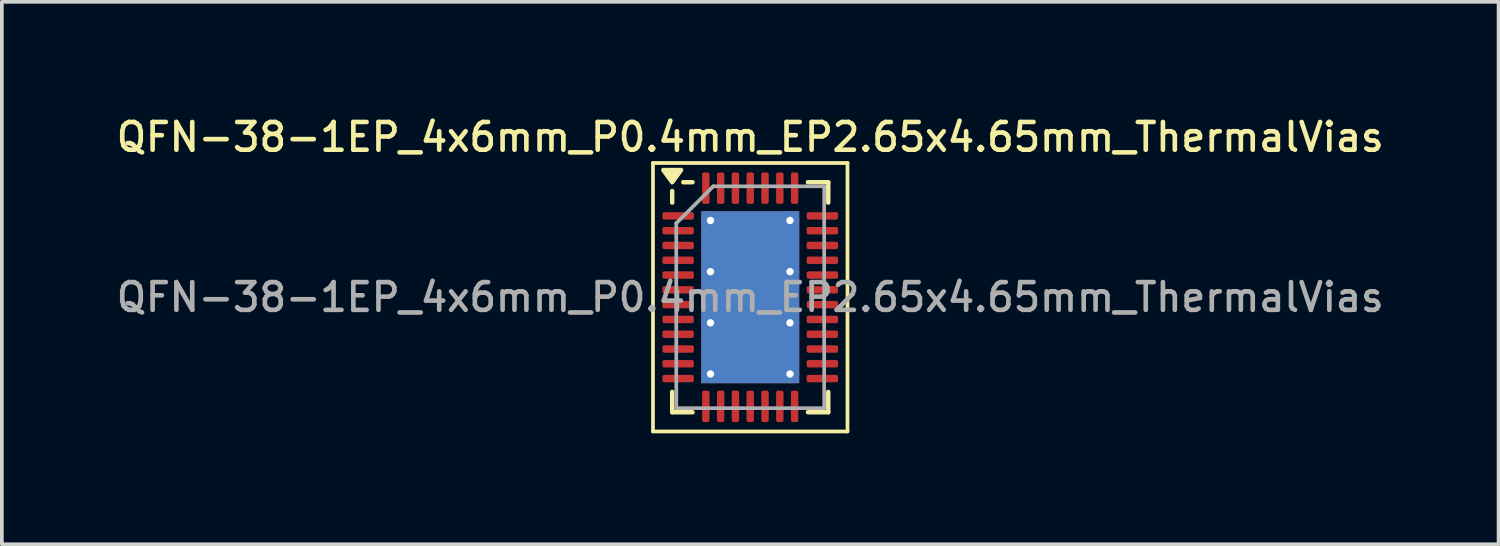
<source format=kicad_pcb>
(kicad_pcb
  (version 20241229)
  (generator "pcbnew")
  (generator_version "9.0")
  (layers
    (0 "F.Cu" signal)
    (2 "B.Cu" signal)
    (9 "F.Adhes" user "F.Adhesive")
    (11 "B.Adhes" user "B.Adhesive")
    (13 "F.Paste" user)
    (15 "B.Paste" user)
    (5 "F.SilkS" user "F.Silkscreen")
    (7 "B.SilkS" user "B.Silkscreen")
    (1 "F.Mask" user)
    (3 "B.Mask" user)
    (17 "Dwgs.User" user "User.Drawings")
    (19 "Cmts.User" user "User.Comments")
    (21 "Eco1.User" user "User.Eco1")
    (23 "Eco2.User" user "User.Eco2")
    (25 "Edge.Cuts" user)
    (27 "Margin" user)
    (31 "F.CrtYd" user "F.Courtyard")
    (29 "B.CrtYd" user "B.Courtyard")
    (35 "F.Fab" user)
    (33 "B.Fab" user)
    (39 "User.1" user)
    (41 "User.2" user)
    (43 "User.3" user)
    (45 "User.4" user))
  (footprint "QFN-38-1EP_4x6mm_P0.4mm_EP2.65x4.65mm_ThermalVias"
    (layer "F.Cu")
    (at 17.238 4.988)
    (property "Reference" "QFN-38-1EP_4x6mm_P0.4mm_EP2.65x4.65mm_ThermalVias" (at 0 -4.33 0) (layer "F.SilkS") (effects (font (size 0.75 0.75) (thickness 0.125))))
    (attr smd)
    (fp_line (start -2.63 -3.63) (end -2.63 3.63) (stroke (width 0.1) (type solid)) (layer "F.SilkS"))
    (fp_line (start -2.63 3.63) (end 2.63 3.63) (stroke (width 0.1) (type solid)) (layer "F.SilkS"))
    (fp_line (start -2.11 -2.56) (end -2.11 -2.87) (stroke (width 0.12) (type solid)) (layer "F.SilkS"))
    (fp_line (start -2.11 3.11) (end -2.11 2.56) (stroke (width 0.12) (type solid)) (layer "F.SilkS"))
    (fp_line (start -1.56 -3.11) (end -1.81 -3.11) (stroke (width 0.12) (type solid)) (layer "F.SilkS"))
    (fp_line (start -1.56 3.11) (end -2.11 3.11) (stroke (width 0.12) (type solid)) (layer "F.SilkS"))
    (fp_line (start 1.56 -3.11) (end 2.11 -3.11) (stroke (width 0.12) (type solid)) (layer "F.SilkS"))
    (fp_line (start 1.56 3.11) (end 2.11 3.11) (stroke (width 0.12) (type solid)) (layer "F.SilkS"))
    (fp_line (start 2.11 -3.11) (end 2.11 -2.56) (stroke (width 0.12) (type solid)) (layer "F.SilkS"))
    (fp_line (start 2.11 3.11) (end 2.11 2.56) (stroke (width 0.12) (type solid)) (layer "F.SilkS"))
    (fp_line (start 2.63 -3.63) (end -2.63 -3.63) (stroke (width 0.1) (type solid)) (layer "F.SilkS"))
    (fp_line (start 2.63 3.63) (end 2.63 -3.63) (stroke (width 0.1) (type solid)) (layer "F.SilkS"))
    (fp_poly (pts (xy -2.11 -3.11) (xy -2.35 -3.44) (xy -1.87 -3.44) (xy -2.11 -3.11)) (stroke (width 0.12) (type solid)) (fill yes) (layer "F.SilkS"))
    (fp_line (start -2 -2) (end -1 -3) (stroke (width 0.1) (type solid)) (layer "F.Fab"))
    (fp_line (start -2 3) (end -2 -2) (stroke (width 0.1) (type solid)) (layer "F.Fab"))
    (fp_line (start -1 -3) (end 2 -3) (stroke (width 0.1) (type solid)) (layer "F.Fab"))
    (fp_line (start 2 -3) (end 2 3) (stroke (width 0.1) (type solid)) (layer "F.Fab"))
    (fp_line (start 2 3) (end -2 3) (stroke (width 0.1) (type solid)) (layer "F.Fab"))
    (fp_text user "${REFERENCE}" (at 0 0 0) (layer "F.Fab") (effects (font (size 0.75 0.75) (thickness 0.125))))
    (pad "" smd roundrect (at -0.66 -1.74) (size 1.15 1.01) (layers "F.Paste") (roundrect_rratio 0.248))
    (pad "" smd roundrect (at -0.66 -0.58) (size 1.15 1.01) (layers "F.Paste") (roundrect_rratio 0.248))
    (pad "" smd roundrect (at -0.66 0.58) (size 1.15 1.01) (layers "F.Paste") (roundrect_rratio 0.248))
    (pad "" smd roundrect (at -0.66 1.74) (size 1.15 1.01) (layers "F.Paste") (roundrect_rratio 0.248))
    (pad "" smd roundrect (at 0.66 -1.74) (size 1.15 1.01) (layers "F.Paste") (roundrect_rratio 0.248))
    (pad "" smd roundrect (at 0.66 -0.58) (size 1.15 1.01) (layers "F.Paste") (roundrect_rratio 0.248))
    (pad "" smd roundrect (at 0.66 0.58) (size 1.15 1.01) (layers "F.Paste") (roundrect_rratio 0.248))
    (pad "" smd roundrect (at 0.66 1.74) (size 1.15 1.01) (layers "F.Paste") (roundrect_rratio 0.248))
    (pad "1" smd roundrect (at -1.95 -2.2) (size 0.85 0.2) (layers "F.Cu" "F.Mask" "F.Paste") (roundrect_rratio 0.25))
    (pad "2" smd roundrect (at -1.95 -1.8) (size 0.85 0.2) (layers "F.Cu" "F.Mask" "F.Paste") (roundrect_rratio 0.25))
    (pad "3" smd roundrect (at -1.95 -1.4) (size 0.85 0.2) (layers "F.Cu" "F.Mask" "F.Paste") (roundrect_rratio 0.25))
    (pad "4" smd roundrect (at -1.95 -1) (size 0.85 0.2) (layers "F.Cu" "F.Mask" "F.Paste") (roundrect_rratio 0.25))
    (pad "5" smd roundrect (at -1.95 -0.6) (size 0.85 0.2) (layers "F.Cu" "F.Mask" "F.Paste") (roundrect_rratio 0.25))
    (pad "6" smd roundrect (at -1.95 -0.2) (size 0.85 0.2) (layers "F.Cu" "F.Mask" "F.Paste") (roundrect_rratio 0.25))
    (pad "7" smd roundrect (at -1.95 0.2) (size 0.85 0.2) (layers "F.Cu" "F.Mask" "F.Paste") (roundrect_rratio 0.25))
    (pad "8" smd roundrect (at -1.95 0.6) (size 0.85 0.2) (layers "F.Cu" "F.Mask" "F.Paste") (roundrect_rratio 0.25))
    (pad "9" smd roundrect (at -1.95 1) (size 0.85 0.2) (layers "F.Cu" "F.Mask" "F.Paste") (roundrect_rratio 0.25))
    (pad "10" smd roundrect (at -1.95 1.4) (size 0.85 0.2) (layers "F.Cu" "F.Mask" "F.Paste") (roundrect_rratio 0.25))
    (pad "11" smd roundrect (at -1.95 1.8) (size 0.85 0.2) (layers "F.Cu" "F.Mask" "F.Paste") (roundrect_rratio 0.25))
    (pad "12" smd roundrect (at -1.95 2.2) (size 0.85 0.2) (layers "F.Cu" "F.Mask" "F.Paste") (roundrect_rratio 0.25))
    (pad "13" smd roundrect (at -1.2 2.95) (size 0.2 0.85) (layers "F.Cu" "F.Mask" "F.Paste") (roundrect_rratio 0.25))
    (pad "14" smd roundrect (at -0.8 2.95) (size 0.2 0.85) (layers "F.Cu" "F.Mask" "F.Paste") (roundrect_rratio 0.25))
    (pad "15" smd roundrect (at -0.4 2.95) (size 0.2 0.85) (layers "F.Cu" "F.Mask" "F.Paste") (roundrect_rratio 0.25))
    (pad "16" smd roundrect (at 0 2.95) (size 0.2 0.85) (layers "F.Cu" "F.Mask" "F.Paste") (roundrect_rratio 0.25))
    (pad "17" smd roundrect (at 0.4 2.95) (size 0.2 0.85) (layers "F.Cu" "F.Mask" "F.Paste") (roundrect_rratio 0.25))
    (pad "18" smd roundrect (at 0.8 2.95) (size 0.2 0.85) (layers "F.Cu" "F.Mask" "F.Paste") (roundrect_rratio 0.25))
    (pad "19" smd roundrect (at 1.2 2.95) (size 0.2 0.85) (layers "F.Cu" "F.Mask" "F.Paste") (roundrect_rratio 0.25))
    (pad "20" smd roundrect (at 1.95 2.2) (size 0.85 0.2) (layers "F.Cu" "F.Mask" "F.Paste") (roundrect_rratio 0.25))
    (pad "21" smd roundrect (at 1.95 1.8) (size 0.85 0.2) (layers "F.Cu" "F.Mask" "F.Paste") (roundrect_rratio 0.25))
    (pad "22" smd roundrect (at 1.95 1.4) (size 0.85 0.2) (layers "F.Cu" "F.Mask" "F.Paste") (roundrect_rratio 0.25))
    (pad "23" smd roundrect (at 1.95 1) (size 0.85 0.2) (layers "F.Cu" "F.Mask" "F.Paste") (roundrect_rratio 0.25))
    (pad "24" smd roundrect (at 1.95 0.6) (size 0.85 0.2) (layers "F.Cu" "F.Mask" "F.Paste") (roundrect_rratio 0.25))
    (pad "25" smd roundrect (at 1.95 0.2) (size 0.85 0.2) (layers "F.Cu" "F.Mask" "F.Paste") (roundrect_rratio 0.25))
    (pad "26" smd roundrect (at 1.95 -0.2) (size 0.85 0.2) (layers "F.Cu" "F.Mask" "F.Paste") (roundrect_rratio 0.25))
    (pad "27" smd roundrect (at 1.95 -0.6) (size 0.85 0.2) (layers "F.Cu" "F.Mask" "F.Paste") (roundrect_rratio 0.25))
    (pad "28" smd roundrect (at 1.95 -1) (size 0.85 0.2) (layers "F.Cu" "F.Mask" "F.Paste") (roundrect_rratio 0.25))
    (pad "29" smd roundrect (at 1.95 -1.4) (size 0.85 0.2) (layers "F.Cu" "F.Mask" "F.Paste") (roundrect_rratio 0.25))
    (pad "30" smd roundrect (at 1.95 -1.8) (size 0.85 0.2) (layers "F.Cu" "F.Mask" "F.Paste") (roundrect_rratio 0.25))
    (pad "31" smd roundrect (at 1.95 -2.2) (size 0.85 0.2) (layers "F.Cu" "F.Mask" "F.Paste") (roundrect_rratio 0.25))
    (pad "32" smd roundrect (at 1.2 -2.95) (size 0.2 0.85) (layers "F.Cu" "F.Mask" "F.Paste") (roundrect_rratio 0.25))
    (pad "33" smd roundrect (at 0.8 -2.95) (size 0.2 0.85) (layers "F.Cu" "F.Mask" "F.Paste") (roundrect_rratio 0.25))
    (pad "34" smd roundrect (at 0.4 -2.95) (size 0.2 0.85) (layers "F.Cu" "F.Mask" "F.Paste") (roundrect_rratio 0.25))
    (pad "35" smd roundrect (at 0 -2.95) (size 0.2 0.85) (layers "F.Cu" "F.Mask" "F.Paste") (roundrect_rratio 0.25))
    (pad "36" smd roundrect (at -0.4 -2.95) (size 0.2 0.85) (layers "F.Cu" "F.Mask" "F.Paste") (roundrect_rratio 0.25))
    (pad "37" smd roundrect (at -0.8 -2.95) (size 0.2 0.85) (layers "F.Cu" "F.Mask" "F.Paste") (roundrect_rratio 0.25))
    (pad "38" smd roundrect (at -1.2 -2.95) (size 0.2 0.85) (layers "F.Cu" "F.Mask" "F.Paste") (roundrect_rratio 0.25))
    (pad "39" thru_hole circle (at -1.075 -2.075) (size 0.5 0.5) (drill 0.2) (property pad_prop_heatsink) (layers "*.Cu"))
    (pad "39" thru_hole circle (at -1.075 -0.692) (size 0.5 0.5) (drill 0.2) (property pad_prop_heatsink) (layers "*.Cu"))
    (pad "39" thru_hole circle (at -1.075 0.692) (size 0.5 0.5) (drill 0.2) (property pad_prop_heatsink) (layers "*.Cu"))
    (pad "39" thru_hole circle (at -1.075 2.075) (size 0.5 0.5) (drill 0.2) (property pad_prop_heatsink) (layers "*.Cu"))
    (pad "39" smd rect (at 0 0) (size 2.65 4.65) (property pad_prop_heatsink) (layers "F.Cu" "F.Mask"))
    (pad "39" smd rect (at 0 0) (size 2.65 4.65) (property pad_prop_heatsink) (layers "B.Cu"))
    (pad "39" thru_hole circle (at 1.075 -2.075) (size 0.5 0.5) (drill 0.2) (property pad_prop_heatsink) (layers "*.Cu"))
    (pad "39" thru_hole circle (at 1.075 -0.692) (size 0.5 0.5) (drill 0.2) (property pad_prop_heatsink) (layers "*.Cu"))
    (pad "39" thru_hole circle (at 1.075 0.692) (size 0.5 0.5) (drill 0.2) (property pad_prop_heatsink) (layers "*.Cu"))
    (pad "39" thru_hole circle (at 1.075 2.075) (size 0.5 0.5) (drill 0.2) (property pad_prop_heatsink) (layers "*.Cu")))
  (gr_rect
    (start -3 -3)
    (end 37.475 11.668)
    (stroke (width 0.1) (type default))
    (fill no)
    (layer "Edge.Cuts")))
</source>
